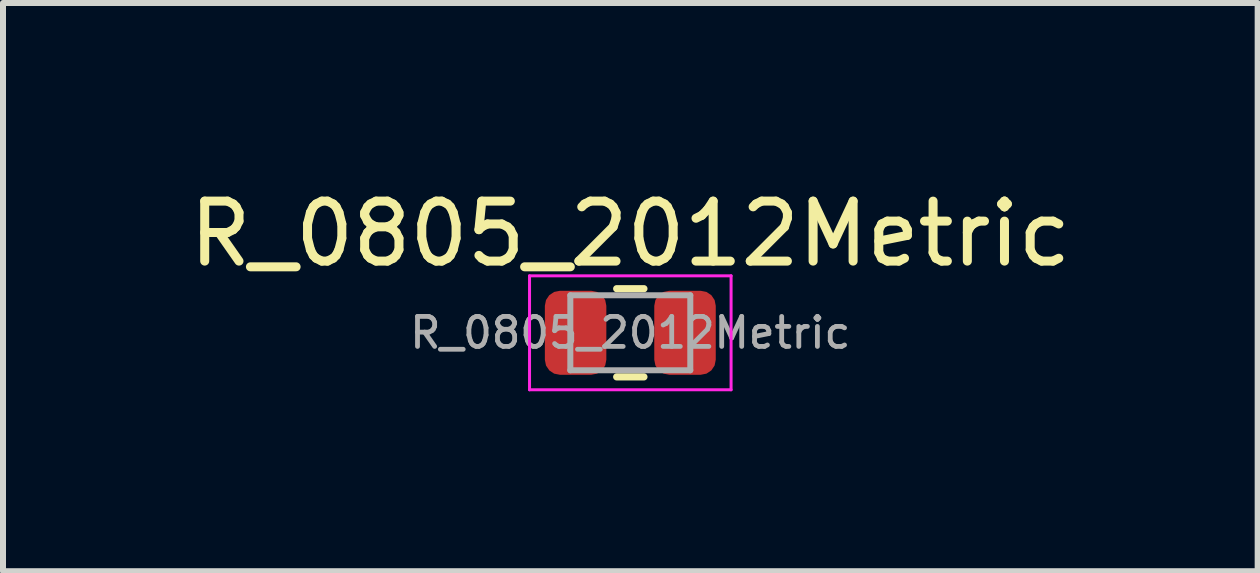
<source format=kicad_pcb>
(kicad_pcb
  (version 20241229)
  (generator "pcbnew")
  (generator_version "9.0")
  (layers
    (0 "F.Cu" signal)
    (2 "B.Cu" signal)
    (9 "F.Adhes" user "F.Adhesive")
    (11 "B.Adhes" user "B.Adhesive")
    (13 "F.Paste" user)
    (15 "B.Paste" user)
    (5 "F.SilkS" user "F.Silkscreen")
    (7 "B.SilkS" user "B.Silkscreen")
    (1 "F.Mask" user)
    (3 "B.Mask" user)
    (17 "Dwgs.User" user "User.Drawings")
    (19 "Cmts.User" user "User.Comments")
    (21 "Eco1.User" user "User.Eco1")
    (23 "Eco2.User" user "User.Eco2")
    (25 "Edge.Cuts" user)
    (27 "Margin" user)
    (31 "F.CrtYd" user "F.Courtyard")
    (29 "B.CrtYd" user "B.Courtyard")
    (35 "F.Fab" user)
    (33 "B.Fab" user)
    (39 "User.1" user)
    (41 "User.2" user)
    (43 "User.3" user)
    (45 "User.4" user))
  (footprint "R_0805_2012Metric"
    (layer "F.Cu")
    (at 7.458 2.498)
    (property "Reference" "R_0805_2012Metric" (at 0 -1.65 180) (layer "F.SilkS") (effects (font (size 1 1) (thickness 0.15))))
    (attr smd)
    (fp_line (start -0.227 -0.735) (end 0.227 -0.735) (stroke (width 0.12) (type solid)) (layer "F.SilkS"))
    (fp_line (start -0.227 0.735) (end 0.227 0.735) (stroke (width 0.12) (type solid)) (layer "F.SilkS"))
    (fp_line (start -1.68 -0.95) (end 1.68 -0.95) (stroke (width 0.05) (type solid)) (layer "F.CrtYd"))
    (fp_line (start -1.68 0.95) (end -1.68 -0.95) (stroke (width 0.05) (type solid)) (layer "F.CrtYd"))
    (fp_line (start 1.68 -0.95) (end 1.68 0.95) (stroke (width 0.05) (type solid)) (layer "F.CrtYd"))
    (fp_line (start 1.68 0.95) (end -1.68 0.95) (stroke (width 0.05) (type solid)) (layer "F.CrtYd"))
    (fp_line (start -1 -0.625) (end 1 -0.625) (stroke (width 0.1) (type solid)) (layer "F.Fab"))
    (fp_line (start -1 0.625) (end -1 -0.625) (stroke (width 0.1) (type solid)) (layer "F.Fab"))
    (fp_line (start 1 -0.625) (end 1 0.625) (stroke (width 0.1) (type solid)) (layer "F.Fab"))
    (fp_line (start 1 0.625) (end -1 0.625) (stroke (width 0.1) (type solid)) (layer "F.Fab"))
    (fp_text user "${REFERENCE}" (at 0 0 180) (layer "F.Fab") (effects (font (size 0.5 0.5) (thickness 0.08))))
    (pad "1" smd roundrect (at -0.912 0) (size 1.025 1.4) (layers "F.Cu" "F.Mask" "F.Paste") (roundrect_rratio 0.244))
    (pad "2" smd roundrect (at 0.912 0) (size 1.025 1.4) (layers "F.Cu" "F.Mask" "F.Paste") (roundrect_rratio 0.244)))
  (gr_rect
    (start -3 -3)
    (end 17.917 6.473)
    (stroke (width 0.1) (type default))
    (fill no)
    (layer "Edge.Cuts")))
</source>
